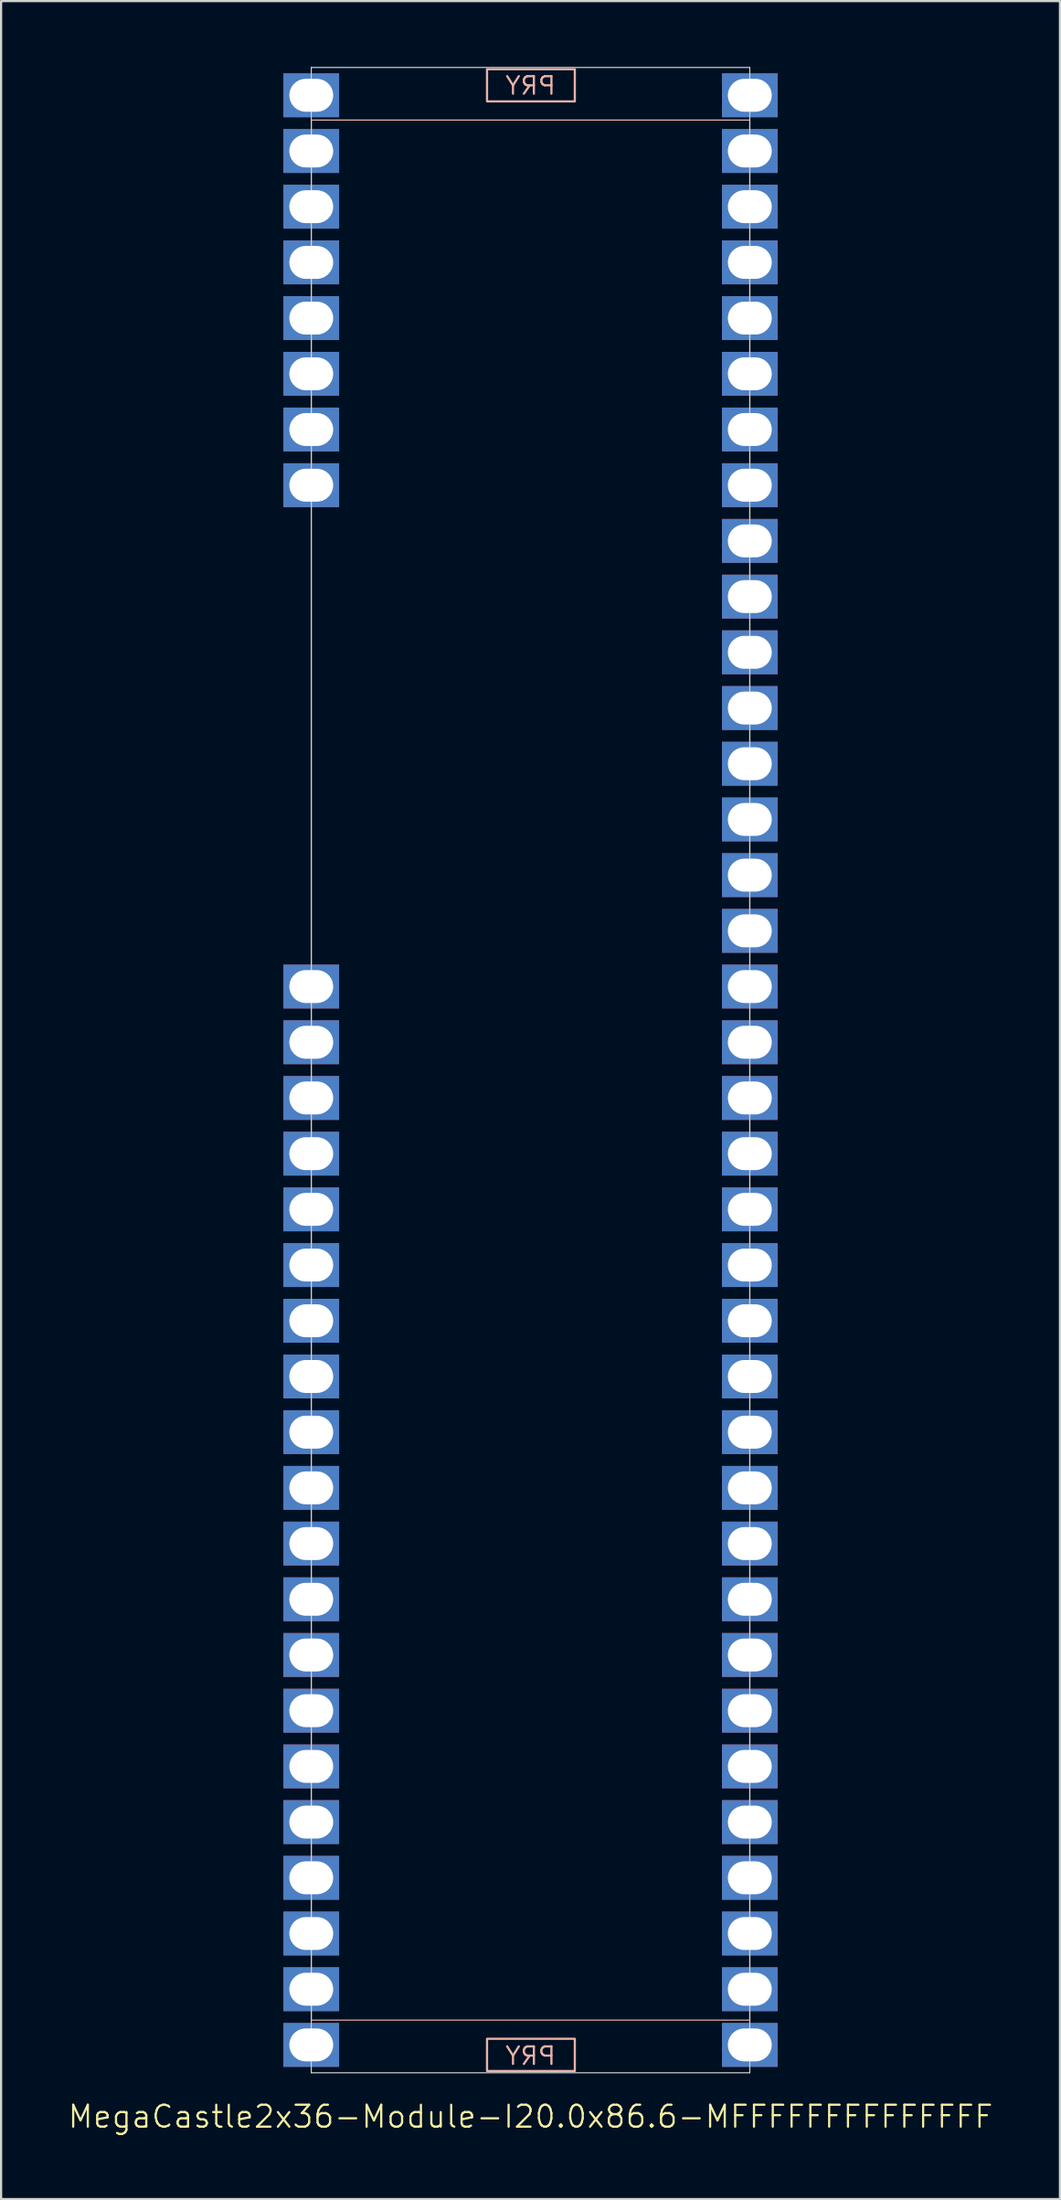
<source format=kicad_pcb>
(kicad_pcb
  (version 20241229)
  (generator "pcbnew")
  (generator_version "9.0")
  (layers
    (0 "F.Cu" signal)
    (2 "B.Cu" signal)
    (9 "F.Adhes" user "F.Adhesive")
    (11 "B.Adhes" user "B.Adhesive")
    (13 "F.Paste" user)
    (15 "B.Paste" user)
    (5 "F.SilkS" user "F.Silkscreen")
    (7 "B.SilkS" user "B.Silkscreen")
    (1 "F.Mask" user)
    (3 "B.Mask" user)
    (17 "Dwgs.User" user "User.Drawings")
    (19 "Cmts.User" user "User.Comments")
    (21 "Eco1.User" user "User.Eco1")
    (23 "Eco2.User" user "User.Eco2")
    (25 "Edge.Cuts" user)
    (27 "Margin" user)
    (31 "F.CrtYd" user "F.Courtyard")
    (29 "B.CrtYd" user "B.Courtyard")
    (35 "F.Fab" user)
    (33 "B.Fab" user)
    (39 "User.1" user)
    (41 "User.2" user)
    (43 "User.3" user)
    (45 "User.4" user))
  (footprint "MegaCastle2x36-Module-I20.0x86.6-MFFFFFFFFFFFFFF"
    (layer "F.Cu")
    (at 21.145 45.745)
    (property "Reference" "MegaCastle2x36-Module-I20.0x86.6-MFFFFFFFFFFFFFF" (at 0 47.72 0) (unlocked yes) (layer "F.SilkS") (effects (font (size 1 1) (thickness 0.1))))
    (attr smd)
    (fp_rect (start -10 43.32) (end 10 -43.32) (stroke (width 0.05) (type default)) (fill no) (layer "B.SilkS"))
    (fp_rect (start -1.984 -44.171) (end 2.02 -45.64) (stroke (width 0.1) (type default)) (fill no) (layer "B.SilkS"))
    (fp_rect (start -1.984 44.171) (end 2.02 45.64) (stroke (width 0.1) (type default)) (fill no) (layer "B.SilkS"))
    (fp_line (start -10 -45.72) (end -10 45.72) (stroke (width 0.05) (type default)) (layer "Edge.Cuts"))
    (fp_line (start -10 -45.72) (end 10 -45.72) (stroke (width 0.05) (type default)) (layer "Edge.Cuts"))
    (fp_line (start -10 45.72) (end 10 45.72) (stroke (width 0.05) (type default)) (layer "Edge.Cuts"))
    (fp_line (start 10 -45.72) (end 10 45.72) (stroke (width 0.05) (type default)) (layer "Edge.Cuts"))
    (fp_text user "PRY" (at 0 45.42 0) (unlocked yes) (layer "B.SilkS") (effects (font (size 0.8 0.8) (thickness 0.1)) (justify bottom mirror)))
    (fp_text user "PRY" (at 0 -44.42 0) (unlocked yes) (layer "B.SilkS") (effects (font (size 0.8 0.8) (thickness 0.1)) (justify bottom mirror)))
    (pad "1" thru_hole rect (at -10 -44.45) (size 2.54 2) (drill oval 2 1.5) (property pad_prop_castellated) (layers "*.Cu" "*.Mask"))
    (pad "2" thru_hole rect (at -10 -41.91) (size 2.54 2) (drill oval 2 1.5) (property pad_prop_castellated) (layers "*.Cu" "*.Mask"))
    (pad "3" thru_hole rect (at -10 -39.37) (size 2.54 2) (drill oval 2 1.5) (property pad_prop_castellated) (layers "*.Cu" "*.Mask"))
    (pad "4" thru_hole rect (at -10 -36.83) (size 2.54 2) (drill oval 2 1.5) (property pad_prop_castellated) (layers "*.Cu" "*.Mask"))
    (pad "5" thru_hole rect (at -10 -34.29) (size 2.54 2) (drill oval 2 1.5) (property pad_prop_castellated) (layers "*.Cu" "*.Mask"))
    (pad "6" thru_hole rect (at -10 -31.75) (size 2.54 2) (drill oval 2 1.5) (property pad_prop_castellated) (layers "*.Cu" "*.Mask"))
    (pad "7" thru_hole rect (at -10 -29.21) (size 2.54 2) (drill oval 2 1.5) (property pad_prop_castellated) (layers "*.Cu" "*.Mask"))
    (pad "8" thru_hole rect (at -10 -26.67) (size 2.54 2) (drill oval 2 1.5) (property pad_prop_castellated) (layers "*.Cu" "*.Mask"))
    (pad "17" thru_hole rect (at -10 -3.81) (size 2.54 2) (drill oval 2 1.5) (property pad_prop_castellated) (layers "*.Cu" "*.Mask"))
    (pad "18" thru_hole rect (at -10 -1.27) (size 2.54 2) (drill oval 2 1.5) (property pad_prop_castellated) (layers "*.Cu" "*.Mask"))
    (pad "19" thru_hole rect (at -10 1.27) (size 2.54 2) (drill oval 2 1.5) (property pad_prop_castellated) (layers "*.Cu" "*.Mask"))
    (pad "20" thru_hole rect (at -10 3.81) (size 2.54 2) (drill oval 2 1.5) (property pad_prop_castellated) (layers "*.Cu" "*.Mask"))
    (pad "21" thru_hole rect (at -10 6.35) (size 2.54 2) (drill oval 2 1.5) (property pad_prop_castellated) (layers "*.Cu" "*.Mask"))
    (pad "22" thru_hole rect (at -10 8.89) (size 2.54 2) (drill oval 2 1.5) (property pad_prop_castellated) (layers "*.Cu" "*.Mask"))
    (pad "23" thru_hole rect (at -10 11.43) (size 2.54 2) (drill oval 2 1.5) (property pad_prop_castellated) (layers "*.Cu" "*.Mask"))
    (pad "24" thru_hole rect (at -10 13.97) (size 2.54 2) (drill oval 2 1.5) (property pad_prop_castellated) (layers "*.Cu" "*.Mask"))
    (pad "25" thru_hole rect (at -10 16.51) (size 2.54 2) (drill oval 2 1.5) (property pad_prop_castellated) (layers "*.Cu" "*.Mask"))
    (pad "26" thru_hole rect (at -10 19.05) (size 2.54 2) (drill oval 2 1.5) (property pad_prop_castellated) (layers "*.Cu" "*.Mask"))
    (pad "27" thru_hole rect (at -10 21.59) (size 2.54 2) (drill oval 2 1.5) (property pad_prop_castellated) (layers "*.Cu" "*.Mask"))
    (pad "28" thru_hole rect (at -10 24.13) (size 2.54 2) (drill oval 2 1.5) (property pad_prop_castellated) (layers "*.Cu" "*.Mask"))
    (pad "29" thru_hole rect (at -10 26.67) (size 2.54 2) (drill oval 2 1.5) (property pad_prop_castellated) (layers "*.Cu" "*.Mask"))
    (pad "30" thru_hole rect (at -10 29.21) (size 2.54 2) (drill oval 2 1.5) (property pad_prop_castellated) (layers "*.Cu" "*.Mask"))
    (pad "31" thru_hole rect (at -10 31.75) (size 2.54 2) (drill oval 2 1.5) (property pad_prop_castellated) (layers "*.Cu" "*.Mask"))
    (pad "32" thru_hole rect (at -10 34.29) (size 2.54 2) (drill oval 2 1.5) (property pad_prop_castellated) (layers "*.Cu" "*.Mask"))
    (pad "33" thru_hole rect (at -10 36.83) (size 2.54 2) (drill oval 2 1.5) (property pad_prop_castellated) (layers "*.Cu" "*.Mask"))
    (pad "34" thru_hole rect (at -10 39.37) (size 2.54 2) (drill oval 2 1.5) (property pad_prop_castellated) (layers "*.Cu" "*.Mask"))
    (pad "35" thru_hole rect (at -10 41.91) (size 2.54 2) (drill oval 2 1.5) (property pad_prop_castellated) (layers "*.Cu" "*.Mask"))
    (pad "36" thru_hole rect (at -10 44.45) (size 2.54 2) (drill oval 2 1.5) (property pad_prop_castellated) (layers "*.Cu" "*.Mask"))
    (pad "37" thru_hole rect (at 10 -44.45) (size 2.54 2) (drill oval 2 1.5) (property pad_prop_castellated) (layers "*.Cu" "*.Mask"))
    (pad "38" thru_hole rect (at 10 -41.91) (size 2.54 2) (drill oval 2 1.5) (property pad_prop_castellated) (layers "*.Cu" "*.Mask"))
    (pad "39" thru_hole rect (at 10 -39.37) (size 2.54 2) (drill oval 2 1.5) (property pad_prop_castellated) (layers "*.Cu" "*.Mask"))
    (pad "40" thru_hole rect (at 10 -36.83) (size 2.54 2) (drill oval 2 1.5) (property pad_prop_castellated) (layers "*.Cu" "*.Mask"))
    (pad "41" thru_hole rect (at 10 -34.29) (size 2.54 2) (drill oval 2 1.5) (property pad_prop_castellated) (layers "*.Cu" "*.Mask"))
    (pad "42" thru_hole rect (at 10 -31.75) (size 2.54 2) (drill oval 2 1.5) (property pad_prop_castellated) (layers "*.Cu" "*.Mask"))
    (pad "43" thru_hole rect (at 10 -29.21) (size 2.54 2) (drill oval 2 1.5) (property pad_prop_castellated) (layers "*.Cu" "*.Mask"))
    (pad "44" thru_hole rect (at 10 -26.67) (size 2.54 2) (drill oval 2 1.5) (property pad_prop_castellated) (layers "*.Cu" "*.Mask"))
    (pad "45" thru_hole rect (at 10 -24.13) (size 2.54 2) (drill oval 2 1.5) (property pad_prop_castellated) (layers "*.Cu" "*.Mask"))
    (pad "46" thru_hole rect (at 10 -21.59) (size 2.54 2) (drill oval 2 1.5) (property pad_prop_castellated) (layers "*.Cu" "*.Mask"))
    (pad "47" thru_hole rect (at 10 -19.05) (size 2.54 2) (drill oval 2 1.5) (property pad_prop_castellated) (layers "*.Cu" "*.Mask"))
    (pad "48" thru_hole rect (at 10 -16.51) (size 2.54 2) (drill oval 2 1.5) (property pad_prop_castellated) (layers "*.Cu" "*.Mask"))
    (pad "49" thru_hole rect (at 10 -13.97) (size 2.54 2) (drill oval 2 1.5) (property pad_prop_castellated) (layers "*.Cu" "*.Mask"))
    (pad "50" thru_hole rect (at 10 -11.43) (size 2.54 2) (drill oval 2 1.5) (property pad_prop_castellated) (layers "*.Cu" "*.Mask"))
    (pad "51" thru_hole rect (at 10 -8.89) (size 2.54 2) (drill oval 2 1.5) (property pad_prop_castellated) (layers "*.Cu" "*.Mask"))
    (pad "52" thru_hole rect (at 10 -6.35) (size 2.54 2) (drill oval 2 1.5) (property pad_prop_castellated) (layers "*.Cu" "*.Mask"))
    (pad "53" thru_hole rect (at 10 -3.81) (size 2.54 2) (drill oval 2 1.5) (property pad_prop_castellated) (layers "*.Cu" "*.Mask"))
    (pad "54" thru_hole rect (at 10 -1.27) (size 2.54 2) (drill oval 2 1.5) (property pad_prop_castellated) (layers "*.Cu" "*.Mask"))
    (pad "55" thru_hole rect (at 10 1.27) (size 2.54 2) (drill oval 2 1.5) (property pad_prop_castellated) (layers "*.Cu" "*.Mask"))
    (pad "56" thru_hole rect (at 10 3.81) (size 2.54 2) (drill oval 2 1.5) (property pad_prop_castellated) (layers "*.Cu" "*.Mask"))
    (pad "57" thru_hole rect (at 10 6.35) (size 2.54 2) (drill oval 2 1.5) (property pad_prop_castellated) (layers "*.Cu" "*.Mask"))
    (pad "58" thru_hole rect (at 10 8.89) (size 2.54 2) (drill oval 2 1.5) (property pad_prop_castellated) (layers "*.Cu" "*.Mask"))
    (pad "59" thru_hole rect (at 10 11.43) (size 2.54 2) (drill oval 2 1.5) (property pad_prop_castellated) (layers "*.Cu" "*.Mask"))
    (pad "60" thru_hole rect (at 10 13.97) (size 2.54 2) (drill oval 2 1.5) (property pad_prop_castellated) (layers "*.Cu" "*.Mask"))
    (pad "61" thru_hole rect (at 10 16.51) (size 2.54 2) (drill oval 2 1.5) (property pad_prop_castellated) (layers "*.Cu" "*.Mask"))
    (pad "62" thru_hole rect (at 10 19.05) (size 2.54 2) (drill oval 2 1.5) (property pad_prop_castellated) (layers "*.Cu" "*.Mask"))
    (pad "63" thru_hole rect (at 10 21.59) (size 2.54 2) (drill oval 2 1.5) (property pad_prop_castellated) (layers "*.Cu" "*.Mask"))
    (pad "64" thru_hole rect (at 10 24.13) (size 2.54 2) (drill oval 2 1.5) (property pad_prop_castellated) (layers "*.Cu" "*.Mask"))
    (pad "65" thru_hole rect (at 10 26.67) (size 2.54 2) (drill oval 2 1.5) (property pad_prop_castellated) (layers "*.Cu" "*.Mask"))
    (pad "66" thru_hole rect (at 10 29.21) (size 2.54 2) (drill oval 2 1.5) (property pad_prop_castellated) (layers "*.Cu" "*.Mask"))
    (pad "67" thru_hole rect (at 10 31.75) (size 2.54 2) (drill oval 2 1.5) (property pad_prop_castellated) (layers "*.Cu" "*.Mask"))
    (pad "68" thru_hole rect (at 10 34.29) (size 2.54 2) (drill oval 2 1.5) (property pad_prop_castellated) (layers "*.Cu" "*.Mask"))
    (pad "69" thru_hole rect (at 10 36.83) (size 2.54 2) (drill oval 2 1.5) (property pad_prop_castellated) (layers "*.Cu" "*.Mask"))
    (pad "70" thru_hole rect (at 10 39.37) (size 2.54 2) (drill oval 2 1.5) (property pad_prop_castellated) (layers "*.Cu" "*.Mask"))
    (pad "71" thru_hole rect (at 10 41.91) (size 2.54 2) (drill oval 2 1.5) (property pad_prop_castellated) (layers "*.Cu" "*.Mask"))
    (pad "72" thru_hole rect (at 10 44.45) (size 2.54 2) (drill oval 2 1.5) (property pad_prop_castellated) (layers "*.Cu" "*.Mask"))
    (zone (net_name "") (layer "B.Cu") (hatch edge 0.5) (connect_pads) (min_thickness 0.25) (filled_areas_thickness no) (keepout (tracks allowed) (vias allowed) (pads allowed) (copperpour allowed) (footprints not_allowed)) (placement (enabled no)) (fill) (polygon (pts (xy 11.145 91.465) (xy 11.145 0.025))))
    (zone (net_name "") (layer "B.Cu") (hatch edge 0.5) (connect_pads) (min_thickness 0.25) (filled_areas_thickness no) (keepout (tracks allowed) (vias allowed) (pads allowed) (copperpour allowed) (footprints not_allowed)) (placement (enabled no)) (fill) (polygon (pts (xy 31.145 91.465) (xy 31.145 0.025))))
    (zone (net_name "") (layer "B.Cu") (hatch edge 0.5) (connect_pads) (min_thickness 0.25) (filled_areas_thickness no) (keepout (tracks allowed) (vias allowed) (pads allowed) (copperpour allowed) (footprints not_allowed)) (placement (enabled no)) (fill) (polygon (pts (xy 11.145 0.025) (xy 11.145 2.425) (xy 31.145 2.425) (xy 31.145 0.025))))
    (zone (net_name "") (layer "B.Cu") (hatch edge 0.5) (connect_pads) (min_thickness 0.25) (filled_areas_thickness no) (keepout (tracks allowed) (vias allowed) (pads allowed) (copperpour allowed) (footprints not_allowed)) (placement (enabled no)) (fill) (polygon (pts (xy 11.145 91.465) (xy 11.145 89.065) (xy 31.145 89.065) (xy 31.145 91.465))))
    (zone (net_name "") (layer "B.Cu") (name "Upper Pry Zone") (hatch edge 0.5) (connect_pads) (min_thickness 0.25) (filled_areas_thickness no) (keepout (tracks not_allowed) (vias not_allowed) (pads not_allowed) (copperpour allowed) (footprints not_allowed)) (placement (enabled no)) (fill) (polygon (pts (xy 19.161 1.574) (xy 19.161 0.105) (xy 23.165 0.105) (xy 23.165 1.574))))
    (zone (net_name "") (layer "B.Cu") (name "Upper Pry Zone") (hatch edge 0.5) (connect_pads) (min_thickness 0.25) (filled_areas_thickness no) (keepout (tracks not_allowed) (vias not_allowed) (pads not_allowed) (copperpour allowed) (footprints not_allowed)) (placement (enabled no)) (fill) (polygon (pts (xy 19.161 89.916) (xy 19.161 91.385) (xy 23.165 91.385) (xy 23.165 89.916)))))
  (gr_rect
    (start -3 -3)
    (end 45.29 97.226)
    (stroke (width 0.1) (type default))
    (fill no)
    (layer "Edge.Cuts")))
</source>
